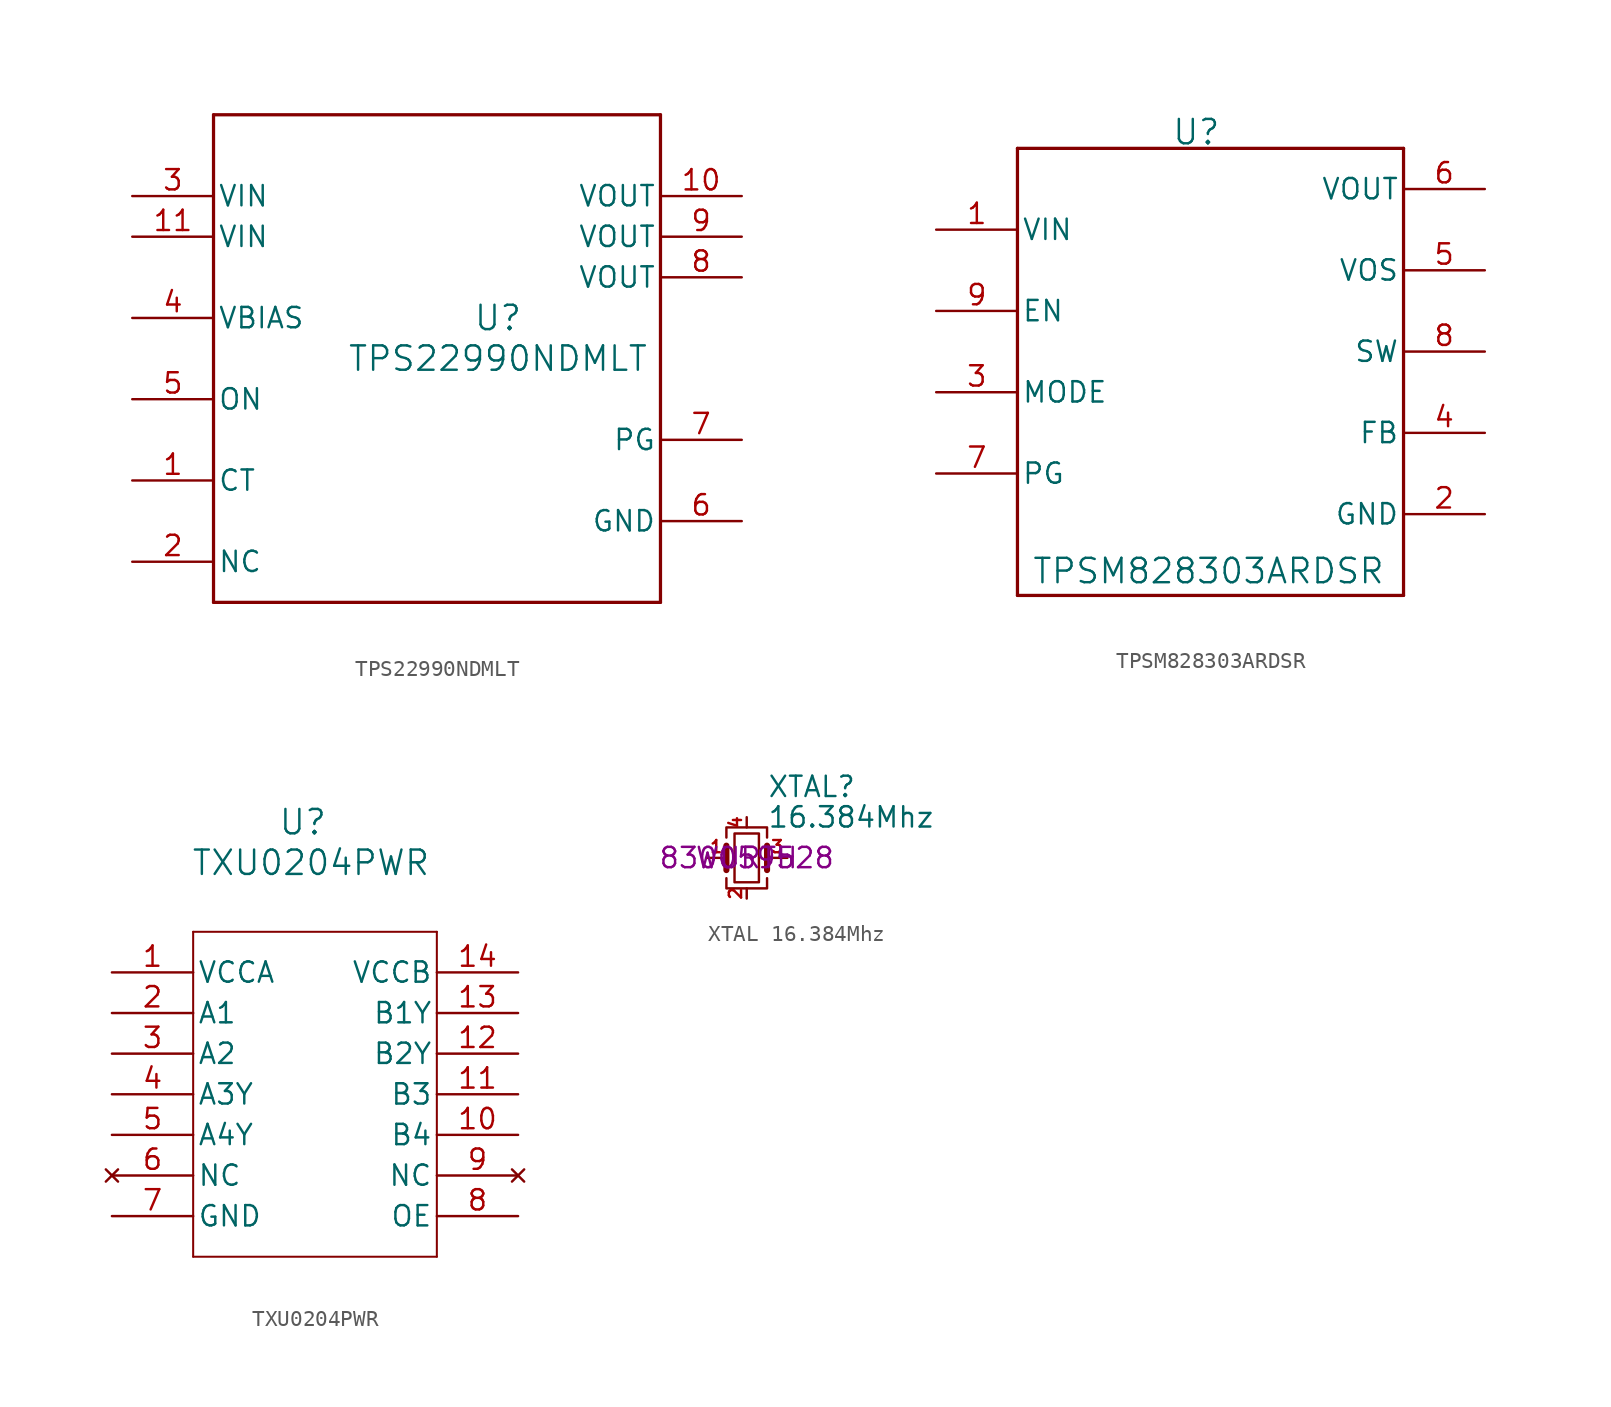
<source format=kicad_sym>
(kicad_symbol_lib
  (version 20241209)
  (generator "kicad_symbol_editor")
  (generator_version "9.0")
  (symbol "TPS22990NDMLT"
    (pin_names
      (offset 0.254))
    (property "Reference" "U"
      (at 0 2.54 0)
      (effects (font (size 1.524 1.524))))
    (property "Value" "TPS22990NDMLT"
      (at 0 0 0)
      (effects (font (size 1.524 1.524))))
    (symbol "TPS22990NDMLT_0_1"
      (polyline (pts (xy -17.78 15.24) (xy -17.78 -15.24)) (stroke (width 0.203) (type default)) (fill (type none)))
      (polyline (pts (xy -17.78 -15.24) (xy 10.16 -15.24)) (stroke (width 0.203) (type default)) (fill (type none)))
      (polyline (pts (xy 10.16 15.24) (xy -17.78 15.24)) (stroke (width 0.203) (type default)) (fill (type none)))
      (polyline (pts (xy 10.16 -15.24) (xy 10.16 15.24)) (stroke (width 0.203) (type default)) (fill (type none)))
      (pin power_in line (at -22.86 10.16 0) (length 5.08) (name "VIN" (effects (font (size 1.27 1.27)))) (number "3" (effects (font (size 1.27 1.27)))))
      (pin power_in line (at -22.86 7.62 0) (length 5.08) (name "VIN" (effects (font (size 1.27 1.27)))) (number "11" (effects (font (size 1.27 1.27)))))
      (pin power_in line (at -22.86 2.54 0) (length 5.08) (name "VBIAS" (effects (font (size 1.27 1.27)))) (number "4" (effects (font (size 1.27 1.27)))))
      (pin input line (at -22.86 -2.54 0) (length 5.08) (name "ON" (effects (font (size 1.27 1.27)))) (number "5" (effects (font (size 1.27 1.27)))))
      (pin output line (at -22.86 -7.62 0) (length 5.08) (name "CT" (effects (font (size 1.27 1.27)))) (number "1" (effects (font (size 1.27 1.27)))))
      (pin unspecified line (at -22.86 -12.7 0) (length 5.08) (name "NC" (effects (font (size 1.27 1.27)))) (number "2" (effects (font (size 1.27 1.27)))))
      (pin power_in line (at 15.24 10.16 180) (length 5.08) (name "VOUT" (effects (font (size 1.27 1.27)))) (number "10" (effects (font (size 1.27 1.27)))))
      (pin power_in line (at 15.24 7.62 180) (length 5.08) (name "VOUT" (effects (font (size 1.27 1.27)))) (number "9" (effects (font (size 1.27 1.27)))))
      (pin power_in line (at 15.24 5.08 180) (length 5.08) (name "VOUT" (effects (font (size 1.27 1.27)))) (number "8" (effects (font (size 1.27 1.27)))))
      (pin open_collector line (at 15.24 -5.08 180) (length 5.08) (name "PG" (effects (font (size 1.27 1.27)))) (number "7" (effects (font (size 1.27 1.27)))))
      (pin power_in line (at 15.24 -10.16 180) (length 5.08) (name "GND" (effects (font (size 1.27 1.27)))) (number "6" (effects (font (size 1.27 1.27)))))))
  (symbol "TPSM828303ARDSR"
    (pin_names
      (offset 0.254))
    (property "Reference" "U"
      (at 16.256 6.096 0)
      (effects (font (size 1.524 1.524))))
    (property "Value" "TPSM828303ARDSR"
      (at 17.018 -21.336 0)
      (effects (font (size 1.524 1.524))))
    (property "ki_locked" ""
      (at 0 0 0)
      (effects (font (size 1.27 1.27))))
    (symbol "TPSM828303ARDSR_0_1"
      (polyline (pts (xy 5.08 5.08) (xy 5.08 -22.86)) (stroke (width 0.203) (type default)) (fill (type none)))
      (polyline (pts (xy 5.08 -22.86) (xy 29.21 -22.86)) (stroke (width 0.203) (type default)) (fill (type none)))
      (polyline (pts (xy 29.21 5.08) (xy 5.08 5.08)) (stroke (width 0.203) (type default)) (fill (type none)))
      (polyline (pts (xy 29.21 -22.86) (xy 29.21 5.08)) (stroke (width 0.203) (type default)) (fill (type none)))
      (pin power_in line (at 0 0 0) (length 5.08) (name "VIN" (effects (font (size 1.27 1.27)))) (number "1" (effects (font (size 1.27 1.27)))))
      (pin input line (at 0 -5.08 0) (length 5.08) (name "EN" (effects (font (size 1.27 1.27)))) (number "9" (effects (font (size 1.27 1.27)))))
      (pin unspecified line (at 0 -10.16 0) (length 5.08) (name "MODE" (effects (font (size 1.27 1.27)))) (number "3" (effects (font (size 1.27 1.27)))))
      (pin open_collector line (at 0 -15.24 0) (length 5.08) (name "PG" (effects (font (size 1.27 1.27)))) (number "7" (effects (font (size 1.27 1.27)))))
      (pin power_in line (at 34.29 2.54 180) (length 5.08) (name "VOUT" (effects (font (size 1.27 1.27)))) (number "6" (effects (font (size 1.27 1.27)))))
      (pin unspecified line (at 34.29 -2.54 180) (length 5.08) (name "VOS" (effects (font (size 1.27 1.27)))) (number "5" (effects (font (size 1.27 1.27)))))
      (pin unspecified line (at 34.29 -7.62 180) (length 5.08) (name "SW" (effects (font (size 1.27 1.27)))) (number "8" (effects (font (size 1.27 1.27)))))
      (pin unspecified line (at 34.29 -12.7 180) (length 5.08) (name "FB" (effects (font (size 1.27 1.27)))) (number "4" (effects (font (size 1.27 1.27)))))
      (pin power_in line (at 34.29 -17.78 180) (length 5.08) (name "GND" (effects (font (size 1.27 1.27)))) (number "2" (effects (font (size 1.27 1.27)))))))
  (symbol "TXU0204PWR"
    (pin_names
      (offset 0.254))
    (property "Reference" "U"
      (at 14.478 9.398 0)
      (effects (font (size 1.524 1.524))))
    (property "Value" "TXU0204PWR"
      (at 14.986 6.858 0)
      (effects (font (size 1.524 1.524))))
    (symbol "TXU0204PWR_0_1"
      (polyline (pts (xy 7.62 2.54) (xy 7.62 -17.78)) (stroke (width 0.127) (type default)) (fill (type none)))
      (polyline (pts (xy 7.62 -17.78) (xy 22.86 -17.78)) (stroke (width 0.127) (type default)) (fill (type none)))
      (polyline (pts (xy 22.86 2.54) (xy 7.62 2.54)) (stroke (width 0.127) (type default)) (fill (type none)))
      (polyline (pts (xy 22.86 -17.78) (xy 22.86 2.54)) (stroke (width 0.127) (type default)) (fill (type none)))
      (pin power_in line (at 2.54 0 0) (length 5.08) (name "VCCA" (effects (font (size 1.27 1.27)))) (number "1" (effects (font (size 1.27 1.27)))))
      (pin input line (at 2.54 -2.54 0) (length 5.08) (name "A1" (effects (font (size 1.27 1.27)))) (number "2" (effects (font (size 1.27 1.27)))))
      (pin input line (at 2.54 -5.08 0) (length 5.08) (name "A2" (effects (font (size 1.27 1.27)))) (number "3" (effects (font (size 1.27 1.27)))))
      (pin output line (at 2.54 -7.62 0) (length 5.08) (name "A3Y" (effects (font (size 1.27 1.27)))) (number "4" (effects (font (size 1.27 1.27)))))
      (pin output line (at 2.54 -10.16 0) (length 5.08) (name "A4Y" (effects (font (size 1.27 1.27)))) (number "5" (effects (font (size 1.27 1.27)))))
      (pin no_connect line (at 2.54 -12.7 0) (length 5.08) (name "NC" (effects (font (size 1.27 1.27)))) (number "6" (effects (font (size 1.27 1.27)))))
      (pin power_out line (at 2.54 -15.24 0) (length 5.08) (name "GND" (effects (font (size 1.27 1.27)))) (number "7" (effects (font (size 1.27 1.27)))))
      (pin power_in line (at 27.94 0 180) (length 5.08) (name "VCCB" (effects (font (size 1.27 1.27)))) (number "14" (effects (font (size 1.27 1.27)))))
      (pin output line (at 27.94 -2.54 180) (length 5.08) (name "B1Y" (effects (font (size 1.27 1.27)))) (number "13" (effects (font (size 1.27 1.27)))))
      (pin output line (at 27.94 -5.08 180) (length 5.08) (name "B2Y" (effects (font (size 1.27 1.27)))) (number "12" (effects (font (size 1.27 1.27)))))
      (pin input line (at 27.94 -7.62 180) (length 5.08) (name "B3" (effects (font (size 1.27 1.27)))) (number "11" (effects (font (size 1.27 1.27)))))
      (pin input line (at 27.94 -10.16 180) (length 5.08) (name "B4" (effects (font (size 1.27 1.27)))) (number "10" (effects (font (size 1.27 1.27)))))
      (pin no_connect line (at 27.94 -12.7 180) (length 5.08) (name "NC" (effects (font (size 1.27 1.27)))) (number "9" (effects (font (size 1.27 1.27)))))
      (pin input line (at 27.94 -15.24 180) (length 5.08) (name "OE" (effects (font (size 1.27 1.27)))) (number "8" (effects (font (size 1.27 1.27)))))))
  (symbol "XTAL 16.384Mhz"
    (pin_names
      (offset 1.016)
      (hide yes))
    (property "Reference" "XTAL"
      (at 1.27 4.445 0)
      (effects (font (size 1.27 1.27)) (justify left)))
    (property "Value" "16.384Mhz"
      (at 1.27 2.54 0)
      (effects (font (size 1.27 1.27)) (justify left)))
    (property "Manufacturer_Name" "WURTH"
      (at 0 0 0)
      (effects (font (size 1.27 1.27))))
    (property "Manufacturer_Part_Number" "830059528"
      (at 0 0 0)
      (effects (font (size 1.27 1.27))))
    (symbol "XTAL 16.384Mhz_0_1"
      (polyline (pts (xy -1.27 1.27) (xy -1.27 1.905) (xy 1.27 1.905) (xy 1.27 1.27)) (stroke (width 0) (type default)) (fill (type none)))
      (polyline (pts (xy -1.27 -0.762) (xy -1.27 0.762)) (stroke (width 0.381) (type default)) (fill (type none)))
      (polyline (pts (xy -1.27 -1.27) (xy -1.27 -1.905) (xy 1.27 -1.905) (xy 1.27 -1.27)) (stroke (width 0) (type default)) (fill (type none)))
      (polyline (pts (xy 1.27 -0.762) (xy 1.27 0.762)) (stroke (width 0.381) (type default)) (fill (type none))))
    (symbol "XTAL 16.384Mhz_1_1"
      (rectangle (start -0.762 1.524) (end 0.762 -1.524) (stroke (width 0) (type default)) (fill (type none)))
      (pin passive line (at -2.54 0 0) (length 1.27) (name "1" (effects (font (size 1.27 1.27)))) (number "1" (effects (font (size 0.762 0.762)))))
      (pin passive line (at 0 2.54 270) (length 0.635) (name "4" (effects (font (size 1.27 1.27)))) (number "4" (effects (font (size 0.762 0.762)))))
      (pin passive line (at 0 -2.54 90) (length 0.635) (name "2" (effects (font (size 1.27 1.27)))) (number "2" (effects (font (size 0.762 0.762)))))
      (pin passive line (at 2.54 0 180) (length 1.27) (name "3" (effects (font (size 1.27 1.27)))) (number "3" (effects (font (size 0.762 0.762))))))))
</source>
